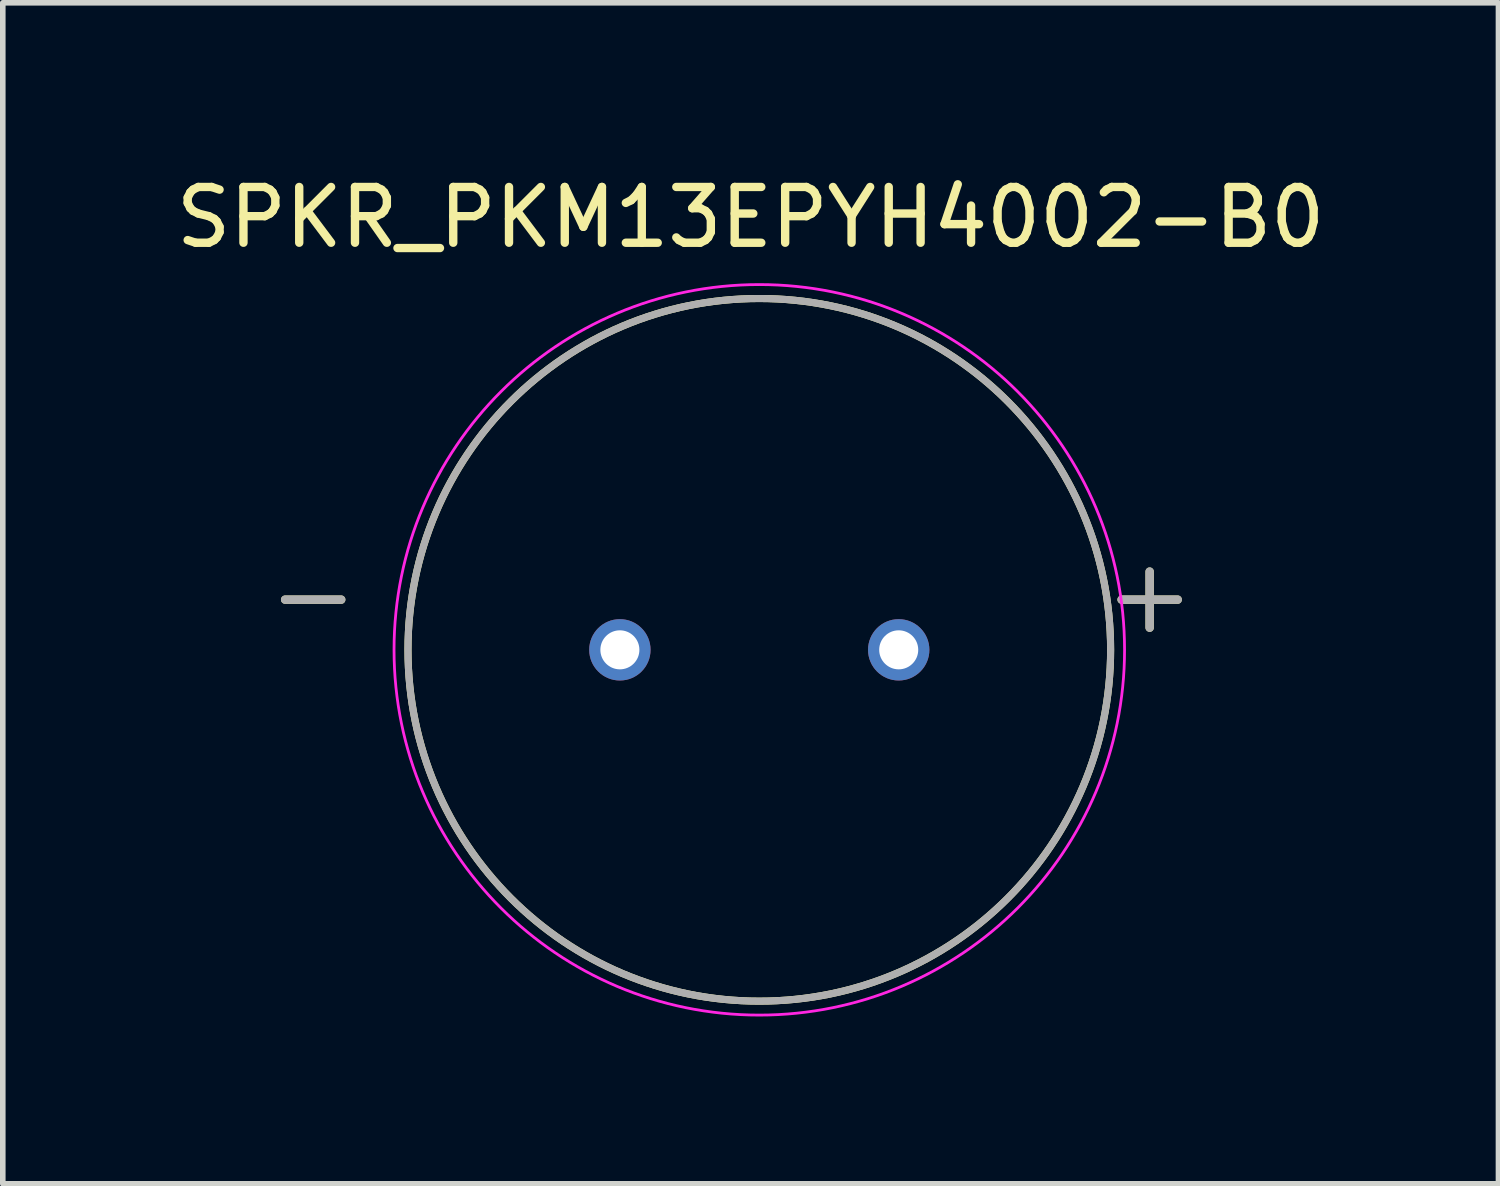
<source format=kicad_pcb>
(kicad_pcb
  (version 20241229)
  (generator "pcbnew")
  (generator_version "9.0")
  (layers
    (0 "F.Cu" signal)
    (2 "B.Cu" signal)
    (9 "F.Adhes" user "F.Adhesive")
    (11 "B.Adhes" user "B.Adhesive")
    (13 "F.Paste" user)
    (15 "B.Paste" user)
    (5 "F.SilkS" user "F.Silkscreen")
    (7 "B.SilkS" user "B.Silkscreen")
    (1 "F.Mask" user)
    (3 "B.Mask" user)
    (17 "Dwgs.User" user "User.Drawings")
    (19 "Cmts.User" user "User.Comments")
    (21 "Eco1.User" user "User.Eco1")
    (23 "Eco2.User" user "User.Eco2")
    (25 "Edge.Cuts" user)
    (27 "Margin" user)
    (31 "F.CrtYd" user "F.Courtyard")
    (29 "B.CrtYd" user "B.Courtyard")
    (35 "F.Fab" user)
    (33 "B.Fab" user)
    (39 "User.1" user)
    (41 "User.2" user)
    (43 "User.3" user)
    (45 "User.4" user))
  (footprint "SPKR_PKM13EPYH4002-B0"
    (layer "F.Cu")
    (at 10.566 8.603)
    (property "Reference" "SPKR_PKM13EPYH4002-B0" (at -0.155 -7.755 0) (layer "F.SilkS") (effects (font (size 1 1) (thickness 0.15))))
    (attr through_hole)
    (fp_circle (center 0 0) (end 6.3 0) (stroke (width 0.127) (type solid)) (fill no) (layer "F.SilkS"))
    (fp_circle (center 0 0) (end 6.55 0) (stroke (width 0.05) (type solid)) (fill no) (layer "F.CrtYd"))
    (fp_circle (center 0 0) (end 6.3 0) (stroke (width 0.127) (type solid)) (fill no) (layer "F.Fab"))
    (fp_text user "-" (at -8 -1 0) (layer "F.SilkS") (effects (font (size 1.32 1.32) (thickness 0.15))))
    (fp_text user "+" (at 7 -1 0) (layer "F.SilkS") (effects (font (size 1.32 1.32) (thickness 0.15))))
    (fp_text user "-" (at -8 -1 0) (layer "F.Fab") (effects (font (size 1.32 1.32) (thickness 0.15))))
    (fp_text user "+" (at 7 -1 0) (layer "F.Fab") (effects (font (size 1.32 1.32) (thickness 0.15))))
    (pad "N" thru_hole circle (at -2.5 0) (size 1.1 1.1) (drill 0.7) (layers "*.Cu" "*.Mask"))
    (pad "P" thru_hole circle (at 2.5 0) (size 1.1 1.1) (drill 0.7) (layers "*.Cu" "*.Mask")))
  (gr_rect
    (start -3 -3)
    (end 23.821 18.178)
    (stroke (width 0.1) (type default))
    (fill no)
    (layer "Edge.Cuts")))
</source>
